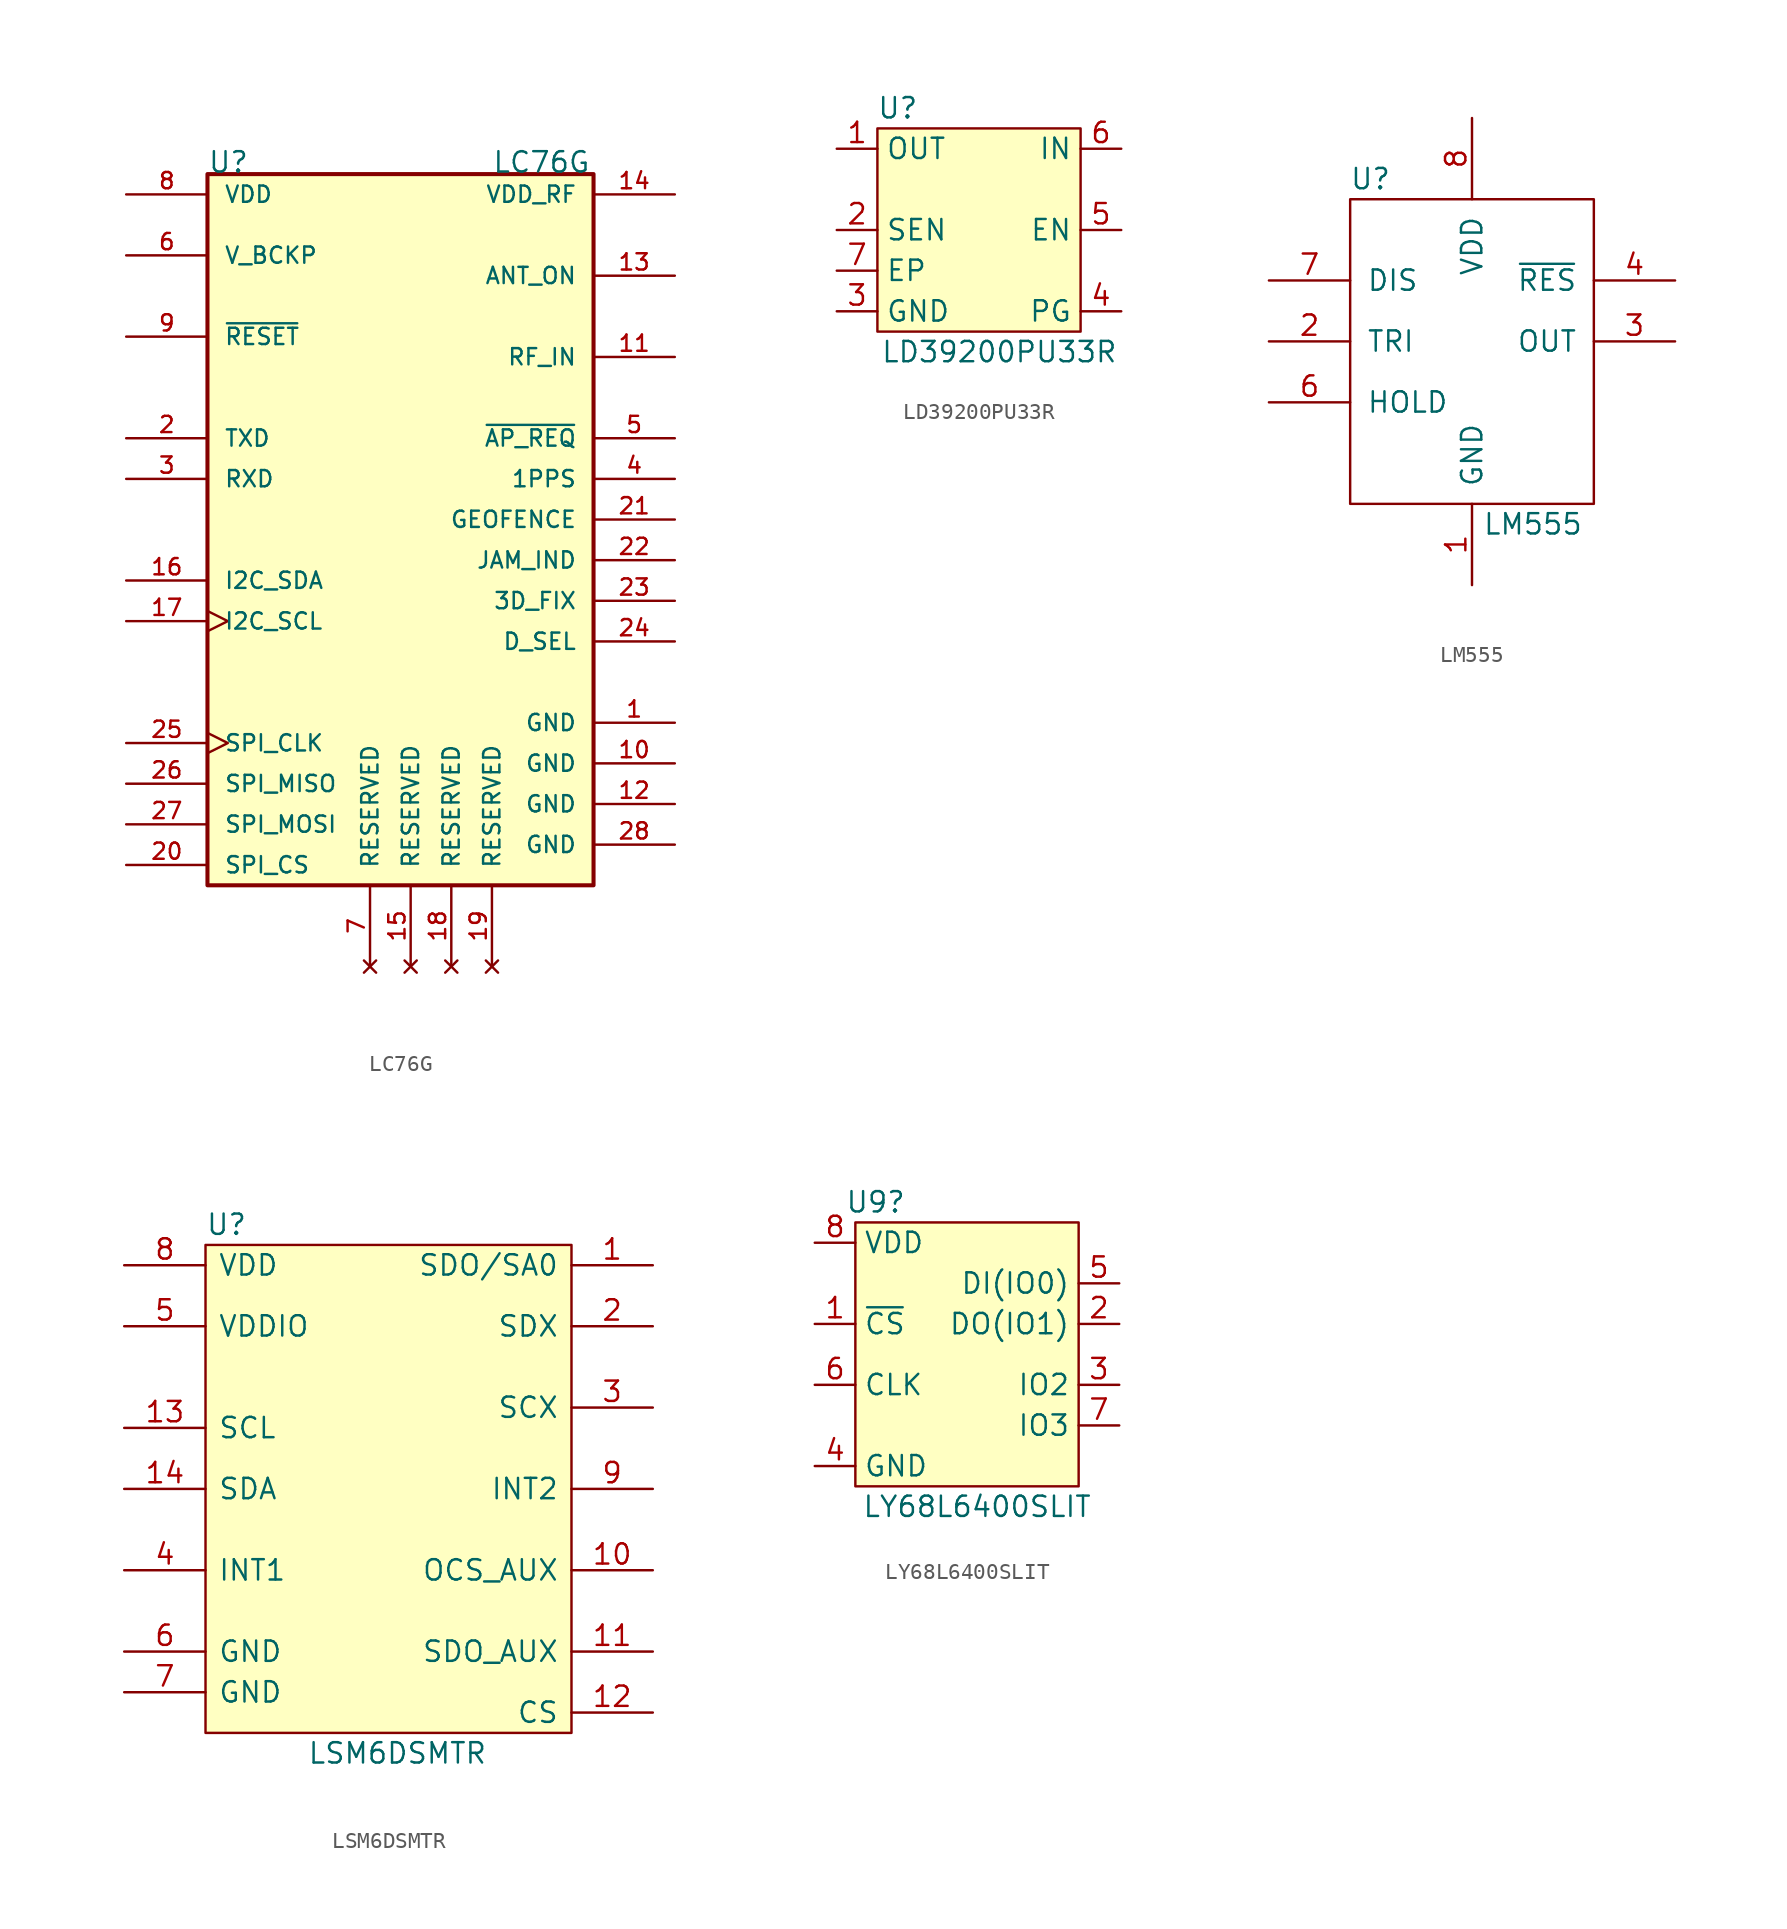
<source format=kicad_sym>
(kicad_symbol_lib
  (version 20211014)
  (generator kicad_symbol_editor)
  (symbol "LC76G"
    (pin_names
      (offset 1.016))
    (property "Reference" "U"
      (at 5.08 1.27 0)
      (effects (font (size 1.27 1.27)) (justify left bottom)))
    (property "Value" "LC76G"
      (at 22.86 1.27 0)
      (effects (font (size 1.27 1.27)) (justify left bottom)))
    (symbol "LC76G_0_0"
      (rectangle (start 5.08 1.27) (end 29.21 -43.18) (stroke (width 0.254) (type default) (color 0 0 0 0)) (fill (type background)))
      (pin power_in line (at 34.29 -33.02 180) (length 5.08) (name "GND" (effects (font (size 1.016 1.016)))) (number "1" (effects (font (size 1.016 1.016)))))
      (pin power_in line (at 34.29 -35.56 180) (length 5.08) (name "GND" (effects (font (size 1.016 1.016)))) (number "10" (effects (font (size 1.016 1.016)))))
      (pin input line (at 34.29 -10.16 180) (length 5.08) (name "RF_IN" (effects (font (size 1.016 1.016)))) (number "11" (effects (font (size 1.016 1.016)))))
      (pin power_in line (at 34.29 -38.1 180) (length 5.08) (name "GND" (effects (font (size 1.016 1.016)))) (number "12" (effects (font (size 1.016 1.016)))))
      (pin output line (at 34.29 -5.08 180) (length 5.08) (name "ANT_ON" (effects (font (size 1.016 1.016)))) (number "13" (effects (font (size 1.016 1.016)))))
      (pin power_in line (at 34.29 0 180) (length 5.08) (name "VDD_RF" (effects (font (size 1.016 1.016)))) (number "14" (effects (font (size 1.016 1.016)))))
      (pin no_connect line (at 17.78 -48.26 90) (length 5.08) (name "RESERVED" (effects (font (size 1.016 1.016)))) (number "15" (effects (font (size 1.016 1.016)))))
      (pin bidirectional line (at 0 -24.13 0) (length 5.08) (name "I2C_SDA" (effects (font (size 1.016 1.016)))) (number "16" (effects (font (size 1.016 1.016)))))
      (pin input clock (at 0 -26.67 0) (length 5.08) (name "I2C_SCL" (effects (font (size 1.016 1.016)))) (number "17" (effects (font (size 1.016 1.016)))))
      (pin no_connect line (at 20.32 -48.26 90) (length 5.08) (name "RESERVED" (effects (font (size 1.016 1.016)))) (number "18" (effects (font (size 1.016 1.016)))))
      (pin no_connect line (at 22.86 -48.26 90) (length 5.08) (name "RESERVED" (effects (font (size 1.016 1.016)))) (number "19" (effects (font (size 1.016 1.016)))))
      (pin output line (at 0 -15.24 0) (length 5.08) (name "TXD" (effects (font (size 1.016 1.016)))) (number "2" (effects (font (size 1.016 1.016)))))
      (pin bidirectional line (at 0 -41.91 0) (length 5.08) (name "SPI_CS" (effects (font (size 1.016 1.016)))) (number "20" (effects (font (size 1.016 1.016)))))
      (pin output line (at 34.29 -20.32 180) (length 5.08) (name "GEOFENCE" (effects (font (size 1.016 1.016)))) (number "21" (effects (font (size 1.016 1.016)))))
      (pin output line (at 34.29 -22.86 180) (length 5.08) (name "JAM_IND" (effects (font (size 1.016 1.016)))) (number "22" (effects (font (size 1.016 1.016)))))
      (pin output line (at 34.29 -25.4 180) (length 5.08) (name "3D_FIX" (effects (font (size 1.016 1.016)))) (number "23" (effects (font (size 1.016 1.016)))))
      (pin input line (at 34.29 -27.94 180) (length 5.08) (name "D_SEL" (effects (font (size 1.016 1.016)))) (number "24" (effects (font (size 1.016 1.016)))))
      (pin bidirectional clock (at 0 -34.29 0) (length 5.08) (name "SPI_CLK" (effects (font (size 1.016 1.016)))) (number "25" (effects (font (size 1.016 1.016)))))
      (pin bidirectional line (at 0 -36.83 0) (length 5.08) (name "SPI_MISO" (effects (font (size 1.016 1.016)))) (number "26" (effects (font (size 1.016 1.016)))))
      (pin bidirectional line (at 0 -39.37 0) (length 5.08) (name "SPI_MOSI" (effects (font (size 1.016 1.016)))) (number "27" (effects (font (size 1.016 1.016)))))
      (pin power_in line (at 34.29 -40.64 180) (length 5.08) (name "GND" (effects (font (size 1.016 1.016)))) (number "28" (effects (font (size 1.016 1.016)))))
      (pin input line (at 0 -17.78 0) (length 5.08) (name "RXD" (effects (font (size 1.016 1.016)))) (number "3" (effects (font (size 1.016 1.016)))))
      (pin output line (at 34.29 -17.78 180) (length 5.08) (name "1PPS" (effects (font (size 1.016 1.016)))) (number "4" (effects (font (size 1.016 1.016)))))
      (pin output line (at 34.29 -15.24 180) (length 5.08) (name "~{AP_REQ}" (effects (font (size 1.016 1.016)))) (number "5" (effects (font (size 1.016 1.016)))))
      (pin power_in line (at 0 -3.81 0) (length 5.08) (name "V_BCKP" (effects (font (size 1.016 1.016)))) (number "6" (effects (font (size 1.016 1.016)))))
      (pin no_connect line (at 15.24 -48.26 90) (length 5.08) (name "RESERVED" (effects (font (size 1.016 1.016)))) (number "7" (effects (font (size 1.016 1.016)))))
      (pin power_in line (at 0 0 0) (length 5.08) (name "VDD" (effects (font (size 1.016 1.016)))) (number "8" (effects (font (size 1.016 1.016)))))
      (pin input line (at 0 -8.89 0) (length 5.08) (name "~{RESET}" (effects (font (size 1.016 1.016)))) (number "9" (effects (font (size 1.016 1.016)))))))
  (symbol "LD39200PU33R"
    (property "Reference" "U"
      (at 3.81 2.54 0)
      (effects (font (size 1.27 1.27))))
    (property "Value" "LD39200PU33R"
      (at 10.16 -12.7 0)
      (effects (font (size 1.27 1.27))))
    (symbol "LD39200PU33R_0_1"
      (rectangle (start 2.54 1.27) (end 15.24 -11.43) (stroke (width 0.152) (type default) (color 0 0 0 0)) (fill (type background))))
    (symbol "LD39200PU33R_1_1"
      (pin input line (at 0 0 0) (length 2.54) (name "OUT" (effects (font (size 1.27 1.27)))) (number "1" (effects (font (size 1.27 1.27)))))
      (pin input line (at 0 -5.08 0) (length 2.54) (name "SEN" (effects (font (size 1.27 1.27)))) (number "2" (effects (font (size 1.27 1.27)))))
      (pin input line (at 0 -10.16 0) (length 2.54) (name "GND" (effects (font (size 1.27 1.27)))) (number "3" (effects (font (size 1.27 1.27)))))
      (pin input line (at 17.78 -10.16 180) (length 2.54) (name "PG" (effects (font (size 1.27 1.27)))) (number "4" (effects (font (size 1.27 1.27)))))
      (pin input line (at 17.78 -5.08 180) (length 2.54) (name "EN" (effects (font (size 1.27 1.27)))) (number "5" (effects (font (size 1.27 1.27)))))
      (pin input line (at 17.78 0 180) (length 2.54) (name "IN" (effects (font (size 1.27 1.27)))) (number "6" (effects (font (size 1.27 1.27)))))
      (pin input line (at 0 -7.62 0) (length 2.54) (name "EP" (effects (font (size 1.27 1.27)))) (number "7" (effects (font (size 1.27 1.27)))))))
  (symbol "LM555"
    (pin_names
      (offset 1.016))
    (property "Reference" "U"
      (at -6.35 20.32 0)
      (effects (font (size 1.27 1.27))))
    (property "Value" "LM555"
      (at 3.81 -1.27 0)
      (effects (font (size 1.27 1.27))))
    (symbol "LM555_0_1"
      (rectangle (start -7.62 19.05) (end 7.62 0) (stroke (width 0) (type default) (color 0 0 0 0)) (fill (type none))))
    (symbol "LM555_1_1"
      (pin input line (at 0 -5.08 90) (length 5.08) (name "GND" (effects (font (size 1.27 1.27)))) (number "1" (effects (font (size 1.27 1.27)))))
      (pin input line (at -12.7 10.16 0) (length 5.08) (name "TRI" (effects (font (size 1.27 1.27)))) (number "2" (effects (font (size 1.27 1.27)))))
      (pin input line (at 12.7 10.16 180) (length 5.08) (name "OUT" (effects (font (size 1.27 1.27)))) (number "3" (effects (font (size 1.27 1.27)))))
      (pin input line (at 12.7 13.97 180) (length 5.08) (name "~{RES}" (effects (font (size 1.27 1.27)))) (number "4" (effects (font (size 1.27 1.27)))))
      (pin no_connect line (at 12.7 6.35 180) (length 5.08) hide (name "C_VOL" (effects (font (size 1.27 1.27)))) (number "5" (effects (font (size 1.27 1.27)))))
      (pin input line (at -12.7 6.35 0) (length 5.08) (name "HOLD" (effects (font (size 1.27 1.27)))) (number "6" (effects (font (size 1.27 1.27)))))
      (pin input line (at -12.7 13.97 0) (length 5.08) (name "DIS" (effects (font (size 1.27 1.27)))) (number "7" (effects (font (size 1.27 1.27)))))
      (pin input line (at 0 24.13 270) (length 5.08) (name "VDD" (effects (font (size 1.27 1.27)))) (number "8" (effects (font (size 1.27 1.27)))))))
  (symbol "LSM6DSMTR"
    (pin_names
      (offset 0.762))
    (property "Reference" "U"
      (at 5.08 2.54 0)
      (effects (font (size 1.27 1.27)) (justify left)))
    (property "Value" "LSM6DSMTR"
      (at 11.43 -30.48 0)
      (effects (font (size 1.27 1.27)) (justify left)))
    (symbol "LSM6DSMTR_0_0"
      (pin unspecified line (at 33.02 0 180) (length 5.08) (name "SDO/SA0" (effects (font (size 1.27 1.27)))) (number "1" (effects (font (size 1.27 1.27)))))
      (pin unspecified line (at 33.02 -19.05 180) (length 5.08) (name "OCS_AUX" (effects (font (size 1.27 1.27)))) (number "10" (effects (font (size 1.27 1.27)))))
      (pin unspecified line (at 33.02 -24.13 180) (length 5.08) (name "SDO_AUX" (effects (font (size 1.27 1.27)))) (number "11" (effects (font (size 1.27 1.27)))))
      (pin unspecified line (at 33.02 -27.94 180) (length 5.08) (name "CS" (effects (font (size 1.27 1.27)))) (number "12" (effects (font (size 1.27 1.27)))))
      (pin unspecified line (at 0 -10.16 0) (length 5.08) (name "SCL" (effects (font (size 1.27 1.27)))) (number "13" (effects (font (size 1.27 1.27)))))
      (pin unspecified line (at 0 -13.97 0) (length 5.08) (name "SDA" (effects (font (size 1.27 1.27)))) (number "14" (effects (font (size 1.27 1.27)))))
      (pin unspecified line (at 33.02 -3.81 180) (length 5.08) (name "SDX" (effects (font (size 1.27 1.27)))) (number "2" (effects (font (size 1.27 1.27)))))
      (pin unspecified line (at 33.02 -8.89 180) (length 5.08) (name "SCX" (effects (font (size 1.27 1.27)))) (number "3" (effects (font (size 1.27 1.27)))))
      (pin unspecified line (at 0 -19.05 0) (length 5.08) (name "INT1" (effects (font (size 1.27 1.27)))) (number "4" (effects (font (size 1.27 1.27)))))
      (pin unspecified line (at 0 -3.81 0) (length 5.08) (name "VDDIO" (effects (font (size 1.27 1.27)))) (number "5" (effects (font (size 1.27 1.27)))))
      (pin unspecified line (at 0 -24.13 0) (length 5.08) (name "GND" (effects (font (size 1.27 1.27)))) (number "6" (effects (font (size 1.27 1.27)))))
      (pin unspecified line (at 0 -26.67 0) (length 5.08) (name "GND" (effects (font (size 1.27 1.27)))) (number "7" (effects (font (size 1.27 1.27)))))
      (pin unspecified line (at 0 0 0) (length 5.08) (name "VDD" (effects (font (size 1.27 1.27)))) (number "8" (effects (font (size 1.27 1.27)))))
      (pin unspecified line (at 33.02 -13.97 180) (length 5.08) (name "INT2" (effects (font (size 1.27 1.27)))) (number "9" (effects (font (size 1.27 1.27))))))
    (symbol "LSM6DSMTR_0_1"
      (polyline (pts (xy 5.08 1.27) (xy 27.94 1.27) (xy 27.94 -29.21) (xy 5.08 -29.21) (xy 5.08 1.27)) (stroke (width 0.152) (type default) (color 0 0 0 0)) (fill (type background)))))
  (symbol "LY68L6400SLIT"
    (property "Reference" "U9"
      (at 3.81 2.54 0)
      (effects (font (size 1.27 1.27))))
    (property "Value" "LY68L6400SLIT"
      (at 10.16 -16.51 0)
      (effects (font (size 1.27 1.27))))
    (symbol "LY68L6400SLIT_0_1"
      (rectangle (start 2.54 1.27) (end 16.51 -15.24) (stroke (width 0.152) (type default) (color 0 0 0 0)) (fill (type background))))
    (symbol "LY68L6400SLIT_1_1"
      (pin input line (at 0 -5.08 0) (length 2.54) (name "~{CS}" (effects (font (size 1.27 1.27)))) (number "1" (effects (font (size 1.27 1.27)))))
      (pin bidirectional line (at 19.05 -5.08 180) (length 2.54) (name "DO(IO1)" (effects (font (size 1.27 1.27)))) (number "2" (effects (font (size 1.27 1.27)))))
      (pin bidirectional line (at 19.05 -8.89 180) (length 2.54) (name "IO2" (effects (font (size 1.27 1.27)))) (number "3" (effects (font (size 1.27 1.27)))))
      (pin power_in line (at 0 -13.97 0) (length 2.54) (name "GND" (effects (font (size 1.27 1.27)))) (number "4" (effects (font (size 1.27 1.27)))))
      (pin bidirectional line (at 19.05 -2.54 180) (length 2.54) (name "DI(IO0)" (effects (font (size 1.27 1.27)))) (number "5" (effects (font (size 1.27 1.27)))))
      (pin input line (at 0 -8.89 0) (length 2.54) (name "CLK" (effects (font (size 1.27 1.27)))) (number "6" (effects (font (size 1.27 1.27)))))
      (pin bidirectional line (at 19.05 -11.43 180) (length 2.54) (name "IO3" (effects (font (size 1.27 1.27)))) (number "7" (effects (font (size 1.27 1.27)))))
      (pin power_in line (at 0 0 0) (length 2.54) (name "VDD" (effects (font (size 1.27 1.27)))) (number "8" (effects (font (size 1.27 1.27))))))))
</source>
